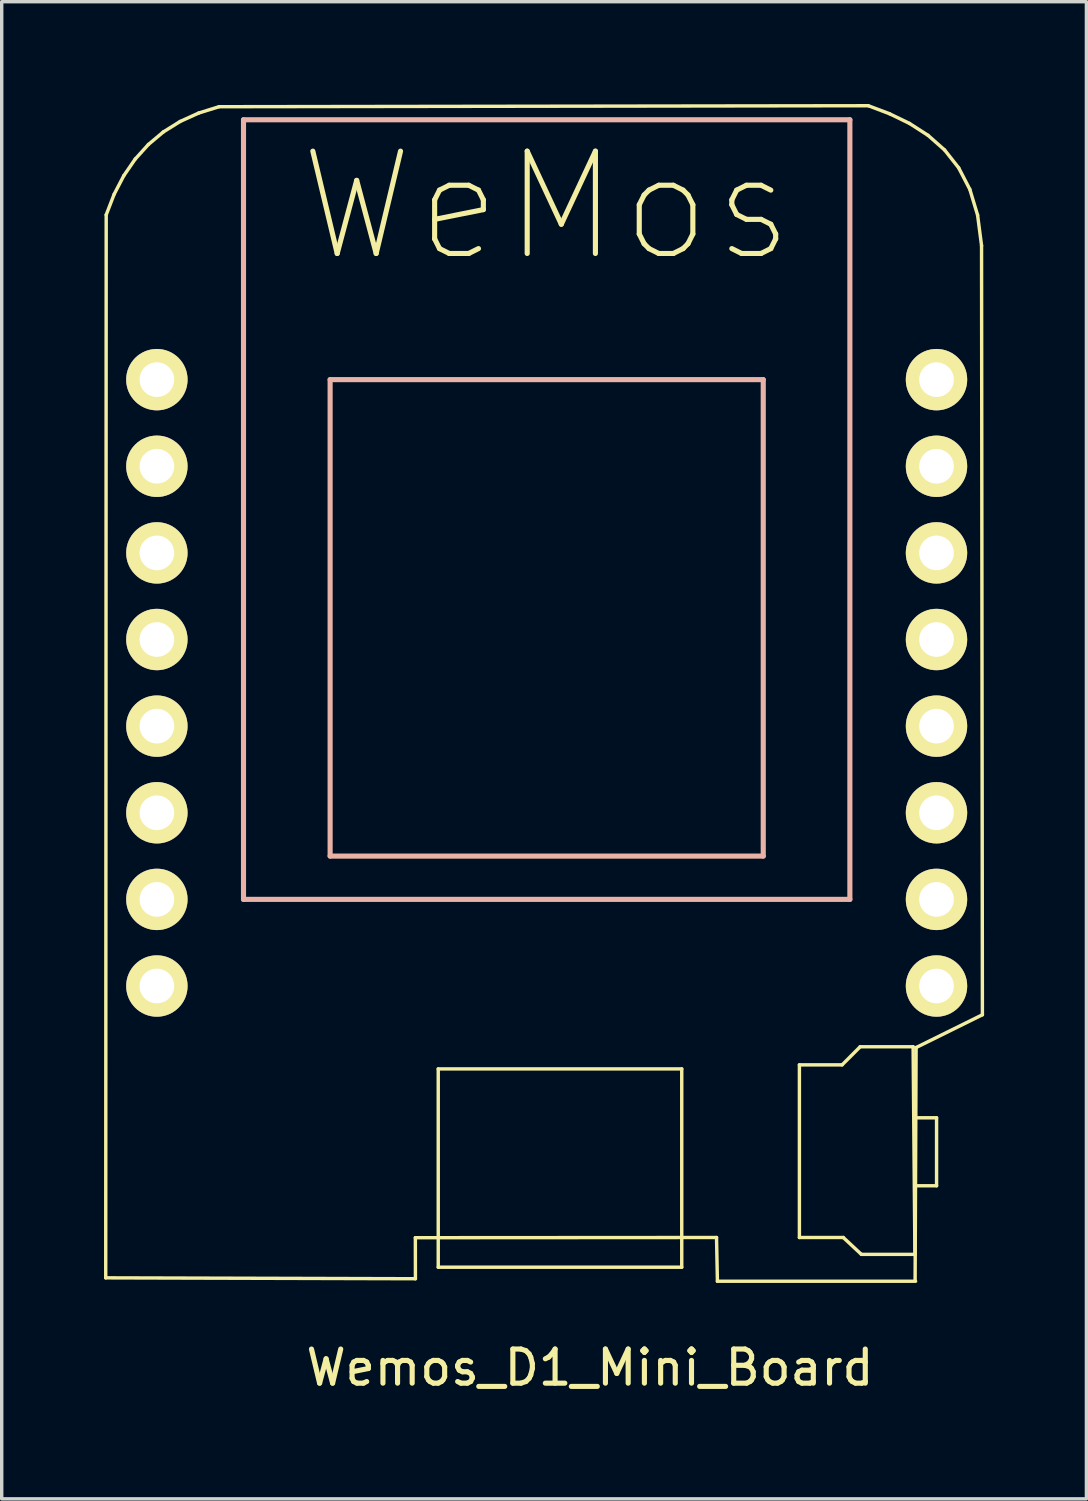
<source format=kicad_pcb>
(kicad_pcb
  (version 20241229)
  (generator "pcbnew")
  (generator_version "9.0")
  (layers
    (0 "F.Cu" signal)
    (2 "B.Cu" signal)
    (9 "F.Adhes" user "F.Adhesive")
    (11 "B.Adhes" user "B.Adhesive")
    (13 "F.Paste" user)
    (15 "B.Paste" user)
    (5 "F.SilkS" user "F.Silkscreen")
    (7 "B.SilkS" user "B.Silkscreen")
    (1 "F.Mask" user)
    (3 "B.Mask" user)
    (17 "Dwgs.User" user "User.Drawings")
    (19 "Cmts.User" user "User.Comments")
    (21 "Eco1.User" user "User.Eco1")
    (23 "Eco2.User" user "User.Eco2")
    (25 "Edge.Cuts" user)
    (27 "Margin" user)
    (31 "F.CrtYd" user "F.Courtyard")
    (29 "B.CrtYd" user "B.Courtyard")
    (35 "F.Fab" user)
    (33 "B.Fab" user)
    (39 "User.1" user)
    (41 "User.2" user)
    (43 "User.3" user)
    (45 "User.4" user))
  (footprint "Wemos_D1_Mini_Board"
    (layer "F.Cu")
    (at 12.98 18.242)
    (property "Reference" "Wemos_D1_Mini_Board" (at 1.27 18.81 0) (layer "F.SilkS") (effects (font (size 1 1) (thickness 0.15))))
    (attr through_hole)
    (fp_line (start -12.93 16.177) (end -12.916 -14.993) (stroke (width 0.1) (type solid)) (layer "F.SilkS"))
    (fp_line (start -12.916 -14.993) (end -12.683 -15.596) (stroke (width 0.1) (type solid)) (layer "F.SilkS"))
    (fp_line (start -12.683 -15.596) (end -12.4 -16.141) (stroke (width 0.1) (type solid)) (layer "F.SilkS"))
    (fp_line (start -12.4 -16.141) (end -12.065 -16.628) (stroke (width 0.1) (type solid)) (layer "F.SilkS"))
    (fp_line (start -12.065 -16.628) (end -11.679 -17.055) (stroke (width 0.1) (type solid)) (layer "F.SilkS"))
    (fp_line (start -11.679 -17.055) (end -11.241 -17.423) (stroke (width 0.1) (type solid)) (layer "F.SilkS"))
    (fp_line (start -11.241 -17.423) (end -10.749 -17.73) (stroke (width 0.1) (type solid)) (layer "F.SilkS"))
    (fp_line (start -10.749 -17.73) (end -10.205 -17.977) (stroke (width 0.1) (type solid)) (layer "F.SilkS"))
    (fp_line (start -10.205 -17.977) (end -9.607 -18.163) (stroke (width 0.1) (type solid)) (layer "F.SilkS"))
    (fp_line (start -9.607 -18.163) (end 9.43 -18.192) (stroke (width 0.1) (type solid)) (layer "F.SilkS"))
    (fp_line (start -3.851 15) (end -3.849 16.203) (stroke (width 0.1) (type solid)) (layer "F.SilkS"))
    (fp_line (start -3.849 16.203) (end -12.93 16.177) (stroke (width 0.1) (type solid)) (layer "F.SilkS"))
    (fp_line (start -3.18 10.051) (end 3.96 10.051) (stroke (width 0.1) (type solid)) (layer "F.SilkS"))
    (fp_line (start -3.18 15.865) (end -3.18 10.051) (stroke (width 0.1) (type solid)) (layer "F.SilkS"))
    (fp_line (start 3.96 10.051) (end 3.96 15.865) (stroke (width 0.1) (type solid)) (layer "F.SilkS"))
    (fp_line (start 3.96 15.865) (end -3.18 15.865) (stroke (width 0.1) (type solid)) (layer "F.SilkS"))
    (fp_line (start 4.98 14.994) (end -3.851 15) (stroke (width 0.1) (type solid)) (layer "F.SilkS"))
    (fp_line (start 5.006 16.277) (end 4.98 14.994) (stroke (width 0.1) (type solid)) (layer "F.SilkS"))
    (fp_line (start 7.41 9.932) (end 7.41 14.994) (stroke (width 0.1) (type solid)) (layer "F.SilkS"))
    (fp_line (start 7.41 14.994) (end 8.697 14.994) (stroke (width 0.1) (type solid)) (layer "F.SilkS"))
    (fp_line (start 8.662 9.932) (end 7.41 9.932) (stroke (width 0.1) (type solid)) (layer "F.SilkS"))
    (fp_line (start 8.697 14.994) (end 9.227 15.488) (stroke (width 0.1) (type solid)) (layer "F.SilkS"))
    (fp_line (start 9.191 9.402) (end 8.662 9.932) (stroke (width 0.1) (type solid)) (layer "F.SilkS"))
    (fp_line (start 9.227 15.488) (end 10.797 15.488) (stroke (width 0.1) (type solid)) (layer "F.SilkS"))
    (fp_line (start 9.43 -18.192) (end 10.05 -17.958) (stroke (width 0.1) (type solid)) (layer "F.SilkS"))
    (fp_line (start 10.05 -17.958) (end 10.638 -17.673) (stroke (width 0.1) (type solid)) (layer "F.SilkS"))
    (fp_line (start 10.638 -17.673) (end 11.181 -17.324) (stroke (width 0.1) (type solid)) (layer "F.SilkS"))
    (fp_line (start 10.744 9.402) (end 9.191 9.402) (stroke (width 0.1) (type solid)) (layer "F.SilkS"))
    (fp_line (start 10.779 11.484) (end 11.432 11.484) (stroke (width 0.1) (type solid)) (layer "F.SilkS"))
    (fp_line (start 10.797 15.488) (end 10.744 9.402) (stroke (width 0.1) (type solid)) (layer "F.SilkS"))
    (fp_line (start 10.817 16.277) (end 5.006 16.277) (stroke (width 0.1) (type solid)) (layer "F.SilkS"))
    (fp_line (start 10.832 9.424) (end 10.803 16.233) (stroke (width 0.1) (type solid)) (layer "F.SilkS"))
    (fp_line (start 11.181 -17.324) (end 11.667 -16.895) (stroke (width 0.1) (type solid)) (layer "F.SilkS"))
    (fp_line (start 11.432 11.484) (end 11.432 13.477) (stroke (width 0.1) (type solid)) (layer "F.SilkS"))
    (fp_line (start 11.432 13.477) (end 10.814 13.477) (stroke (width 0.1) (type solid)) (layer "F.SilkS"))
    (fp_line (start 11.667 -16.895) (end 12.08 -16.371) (stroke (width 0.1) (type solid)) (layer "F.SilkS"))
    (fp_line (start 12.08 -16.371) (end 12.407 -15.74) (stroke (width 0.1) (type solid)) (layer "F.SilkS"))
    (fp_line (start 12.407 -15.74) (end 12.635 -14.985) (stroke (width 0.1) (type solid)) (layer "F.SilkS"))
    (fp_line (start 12.635 -14.985) (end 12.751 -14.092) (stroke (width 0.1) (type solid)) (layer "F.SilkS"))
    (fp_line (start 12.751 -14.092) (end 12.776 8.463) (stroke (width 0.1) (type solid)) (layer "F.SilkS"))
    (fp_line (start 12.776 8.463) (end 10.832 9.424) (stroke (width 0.1) (type solid)) (layer "F.SilkS"))
    (fp_line (start -8.89 -17.78) (end -8.89 5.08) (stroke (width 0.15) (type solid)) (layer "B.SilkS"))
    (fp_line (start -8.89 5.08) (end 8.89 5.08) (stroke (width 0.15) (type solid)) (layer "B.SilkS"))
    (fp_line (start -6.35 -10.16) (end 6.35 -10.16) (stroke (width 0.15) (type solid)) (layer "B.SilkS"))
    (fp_line (start -6.35 3.81) (end -6.35 -10.16) (stroke (width 0.15) (type solid)) (layer "B.SilkS"))
    (fp_line (start 6.35 -10.16) (end 6.35 3.81) (stroke (width 0.15) (type solid)) (layer "B.SilkS"))
    (fp_line (start 6.35 3.81) (end -6.35 3.81) (stroke (width 0.15) (type solid)) (layer "B.SilkS"))
    (fp_line (start 8.89 -17.78) (end -8.89 -17.78) (stroke (width 0.15) (type solid)) (layer "B.SilkS"))
    (fp_line (start 8.89 5.08) (end 8.89 -17.78) (stroke (width 0.15) (type solid)) (layer "B.SilkS"))
    (fp_text user "WeMos" (at 0 -15.24 0) (layer "F.SilkS") (effects (font (size 3 3) (thickness 0.15))))
    (pad "1" thru_hole circle (at -11.43 7.62) (size 1.8 1.8) (drill 1.016) (layers "*.Cu" "*.Mask" "F.SilkS"))
    (pad "2" thru_hole circle (at -11.43 5.08) (size 1.8 1.8) (drill 1.016) (layers "*.Cu" "*.Mask" "F.SilkS"))
    (pad "3" thru_hole circle (at -11.43 2.54) (size 1.8 1.8) (drill 1.016) (layers "*.Cu" "*.Mask" "F.SilkS"))
    (pad "4" thru_hole circle (at -11.43 0) (size 1.8 1.8) (drill 1.016) (layers "*.Cu" "*.Mask" "F.SilkS"))
    (pad "5" thru_hole circle (at -11.43 -2.54) (size 1.8 1.8) (drill 1.016) (layers "*.Cu" "*.Mask" "F.SilkS"))
    (pad "6" thru_hole circle (at -11.43 -5.08) (size 1.8 1.8) (drill 1.016) (layers "*.Cu" "*.Mask" "F.SilkS"))
    (pad "7" thru_hole circle (at -11.43 -7.62) (size 1.8 1.8) (drill 1.016) (layers "*.Cu" "*.Mask" "F.SilkS"))
    (pad "8" thru_hole circle (at -11.43 -10.16) (size 1.8 1.8) (drill 1.016) (layers "*.Cu" "*.Mask" "F.SilkS"))
    (pad "9" thru_hole circle (at 11.43 -10.16) (size 1.8 1.8) (drill 1.016) (layers "*.Cu" "*.Mask" "F.SilkS"))
    (pad "10" thru_hole circle (at 11.43 -7.62) (size 1.8 1.8) (drill 1.016) (layers "*.Cu" "*.Mask" "F.SilkS"))
    (pad "11" thru_hole circle (at 11.43 -5.08) (size 1.8 1.8) (drill 1.016) (layers "*.Cu" "*.Mask" "F.SilkS"))
    (pad "12" thru_hole circle (at 11.43 -2.54) (size 1.8 1.8) (drill 1.016) (layers "*.Cu" "*.Mask" "F.SilkS"))
    (pad "13" thru_hole circle (at 11.43 0) (size 1.8 1.8) (drill 1.016) (layers "*.Cu" "*.Mask" "F.SilkS"))
    (pad "14" thru_hole circle (at 11.43 2.54) (size 1.8 1.8) (drill 1.016) (layers "*.Cu" "*.Mask" "F.SilkS"))
    (pad "15" thru_hole circle (at 11.43 5.08) (size 1.8 1.8) (drill 1.016) (layers "*.Cu" "*.Mask" "F.SilkS"))
    (pad "16" thru_hole circle (at 11.43 7.62) (size 1.8 1.8) (drill 1.016) (layers "*.Cu" "*.Mask" "F.SilkS")))
  (gr_rect
    (start -3 -3)
    (end 28.806 40.9)
    (stroke (width 0.1) (type default))
    (fill no)
    (layer "Edge.Cuts")))
</source>
